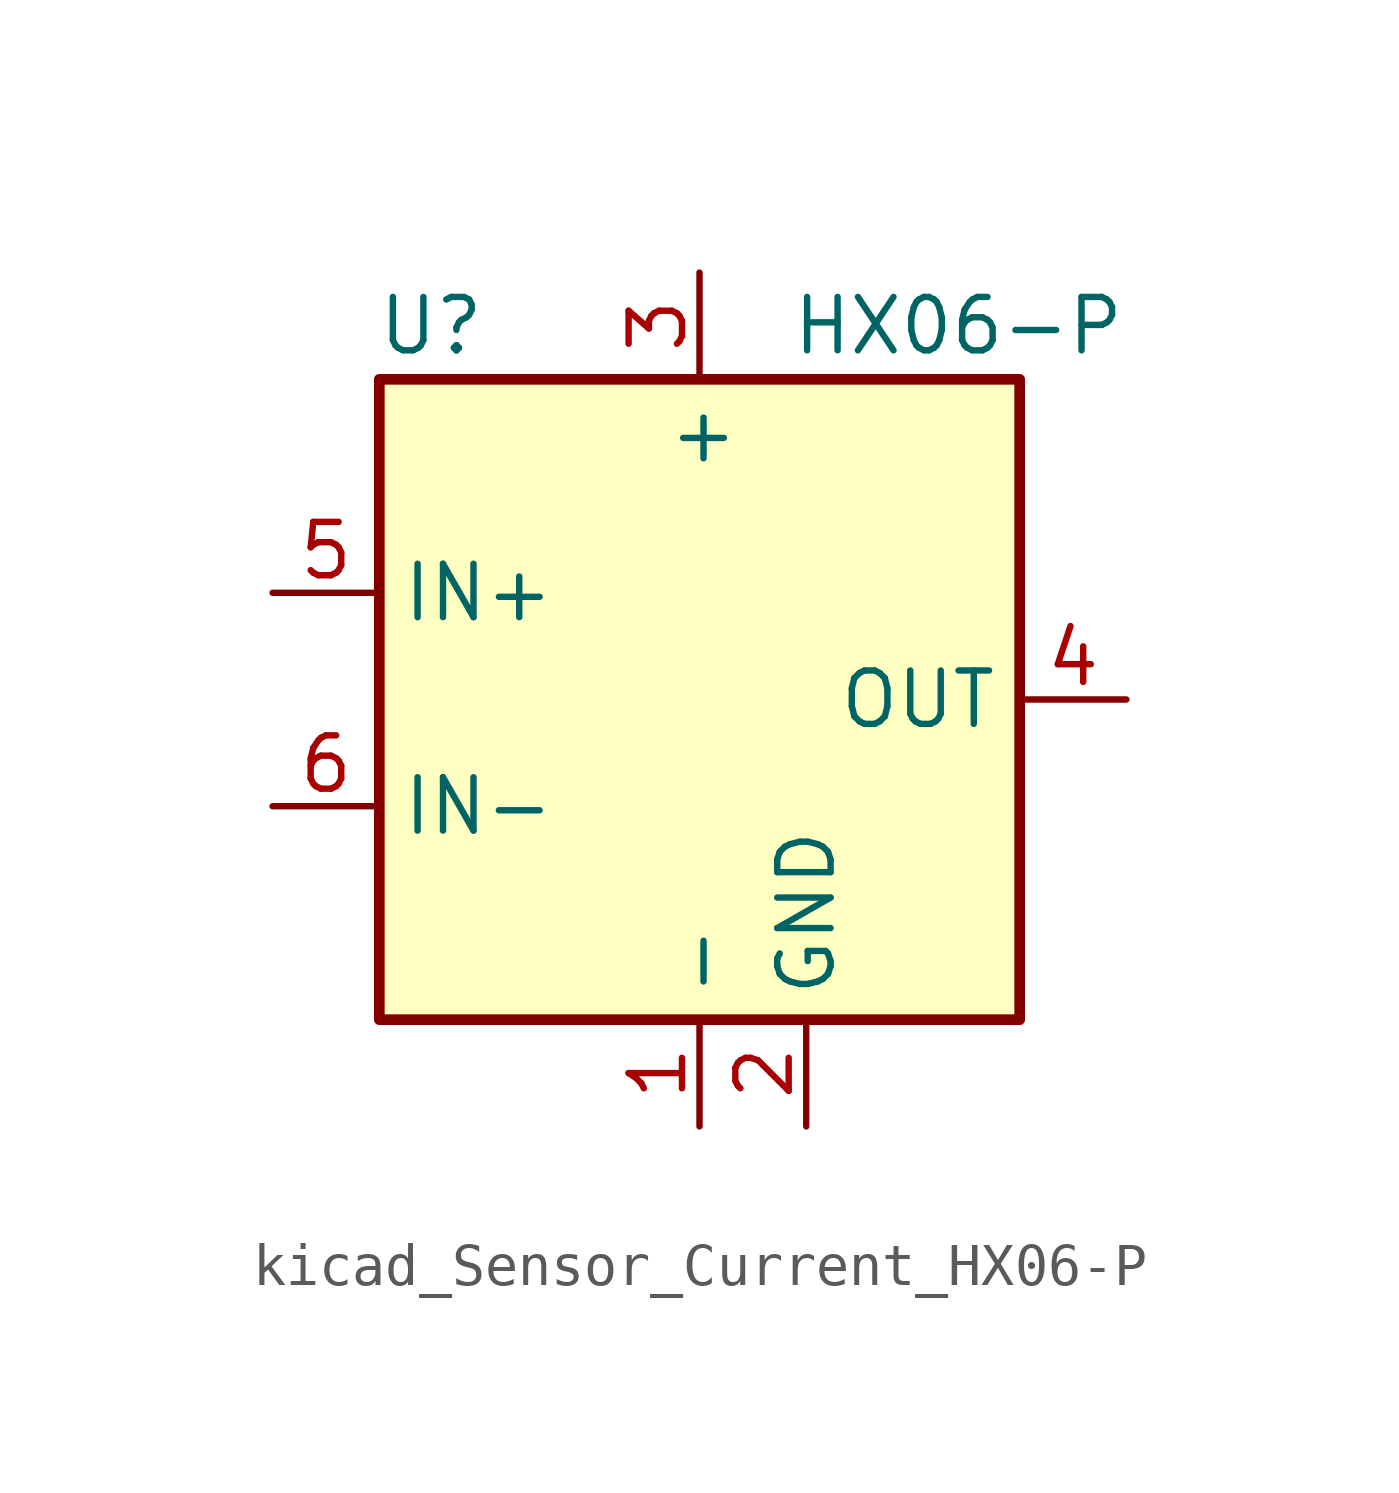
<source format=kicad_sym>
(kicad_symbol_lib
  (version 20220914)
  (generator kicad_symbol_editor)
  (symbol "kicad_Sensor_Current_HX06-P"
    (property "Reference" "U"
      (at -5.08 8.89 0)
      (effects (font (size 1.27 1.27)) (justify right)))
    (property "Value" "HX06-P"
      (at 10.16 8.89 0)
      (effects (font (size 1.27 1.27)) (justify right)))
    (symbol "kicad_Sensor_Current_HX06-P_0_1"
      (rectangle (start -7.62 7.62) (end 7.62 -7.62) (stroke (width 0.254) (type default)) (fill (type background))))
    (symbol "kicad_Sensor_Current_HX06-P_1_1"
      (pin power_in line (at 0 -10.16 90) (length 2.54) (name "-" (effects (font (size 1.27 1.27)))) (number "1" (effects (font (size 1.27 1.27)))))
      (pin power_in line (at 2.54 -10.16 90) (length 2.54) (name "GND" (effects (font (size 1.27 1.27)))) (number "2" (effects (font (size 1.27 1.27)))))
      (pin power_in line (at 0 10.16 270) (length 2.54) (name "+" (effects (font (size 1.27 1.27)))) (number "3" (effects (font (size 1.27 1.27)))))
      (pin output line (at 10.16 0 180) (length 2.54) (name "OUT" (effects (font (size 1.27 1.27)))) (number "4" (effects (font (size 1.27 1.27)))))
      (pin passive line (at -10.16 2.54 0) (length 2.54) (name "IN+" (effects (font (size 1.27 1.27)))) (number "5" (effects (font (size 1.27 1.27)))))
      (pin passive line (at -10.16 -2.54 0) (length 2.54) (name "IN-" (effects (font (size 1.27 1.27)))) (number "6" (effects (font (size 1.27 1.27))))))))
</source>
